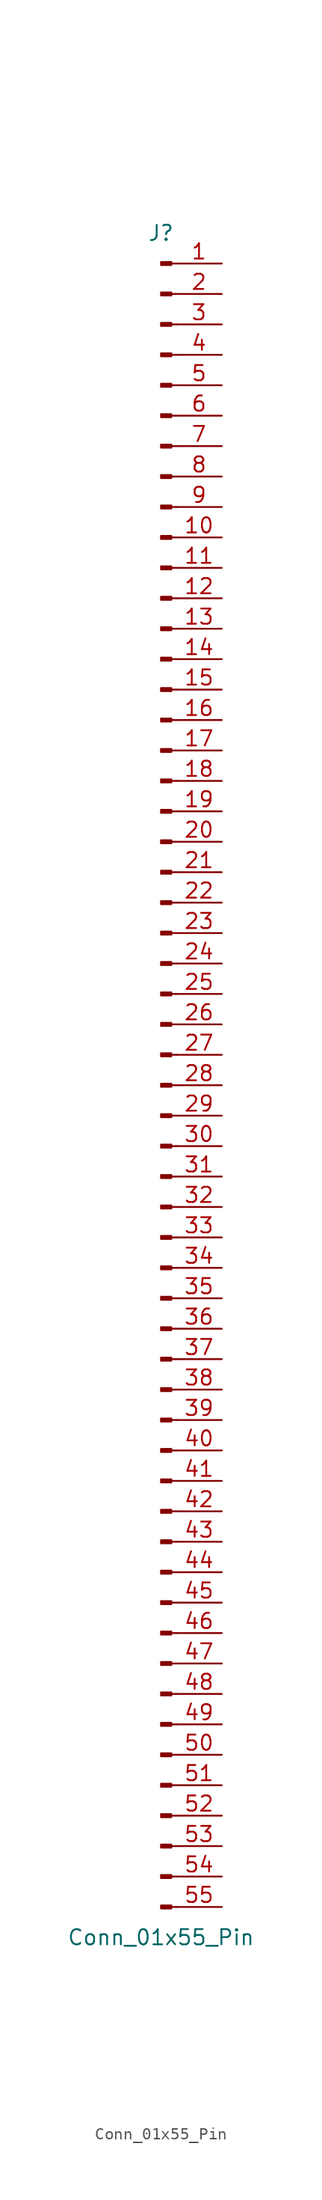
<source format=kicad_sym>
(kicad_symbol_lib
  (version 20241209)
  (generator "kicad_symbol_editor")
  (generator_version "9.0")
  (symbol "Conn_01x55_Pin"
    (pin_names
      (offset 1.016)
      (hide yes))
    (property "Reference" "J"
      (at 0 71.12 0)
      (effects (font (size 1.27 1.27))))
    (property "Value" "Conn_01x55_Pin"
      (at 0 -71.12 0)
      (effects (font (size 1.27 1.27))))
    (property "ki_locked" ""
      (at 0 0 0)
      (effects (font (size 1.27 1.27))))
    (symbol "Conn_01x55_Pin_1_1"
      (rectangle (start 0.864 68.707) (end 0 68.453) (stroke (width 0.152) (type default)) (fill (type outline)))
      (rectangle (start 0.864 66.167) (end 0 65.913) (stroke (width 0.152) (type default)) (fill (type outline)))
      (rectangle (start 0.864 63.627) (end 0 63.373) (stroke (width 0.152) (type default)) (fill (type outline)))
      (rectangle (start 0.864 61.087) (end 0 60.833) (stroke (width 0.152) (type default)) (fill (type outline)))
      (rectangle (start 0.864 58.547) (end 0 58.293) (stroke (width 0.152) (type default)) (fill (type outline)))
      (rectangle (start 0.864 56.007) (end 0 55.753) (stroke (width 0.152) (type default)) (fill (type outline)))
      (rectangle (start 0.864 53.467) (end 0 53.213) (stroke (width 0.152) (type default)) (fill (type outline)))
      (rectangle (start 0.864 50.927) (end 0 50.673) (stroke (width 0.152) (type default)) (fill (type outline)))
      (rectangle (start 0.864 48.387) (end 0 48.133) (stroke (width 0.152) (type default)) (fill (type outline)))
      (rectangle (start 0.864 45.847) (end 0 45.593) (stroke (width 0.152) (type default)) (fill (type outline)))
      (rectangle (start 0.864 43.307) (end 0 43.053) (stroke (width 0.152) (type default)) (fill (type outline)))
      (rectangle (start 0.864 40.767) (end 0 40.513) (stroke (width 0.152) (type default)) (fill (type outline)))
      (rectangle (start 0.864 38.227) (end 0 37.973) (stroke (width 0.152) (type default)) (fill (type outline)))
      (rectangle (start 0.864 35.687) (end 0 35.433) (stroke (width 0.152) (type default)) (fill (type outline)))
      (rectangle (start 0.864 33.147) (end 0 32.893) (stroke (width 0.152) (type default)) (fill (type outline)))
      (rectangle (start 0.864 30.607) (end 0 30.353) (stroke (width 0.152) (type default)) (fill (type outline)))
      (rectangle (start 0.864 28.067) (end 0 27.813) (stroke (width 0.152) (type default)) (fill (type outline)))
      (rectangle (start 0.864 25.527) (end 0 25.273) (stroke (width 0.152) (type default)) (fill (type outline)))
      (rectangle (start 0.864 22.987) (end 0 22.733) (stroke (width 0.152) (type default)) (fill (type outline)))
      (rectangle (start 0.864 20.447) (end 0 20.193) (stroke (width 0.152) (type default)) (fill (type outline)))
      (rectangle (start 0.864 17.907) (end 0 17.653) (stroke (width 0.152) (type default)) (fill (type outline)))
      (rectangle (start 0.864 15.367) (end 0 15.113) (stroke (width 0.152) (type default)) (fill (type outline)))
      (rectangle (start 0.864 12.827) (end 0 12.573) (stroke (width 0.152) (type default)) (fill (type outline)))
      (rectangle (start 0.864 10.287) (end 0 10.033) (stroke (width 0.152) (type default)) (fill (type outline)))
      (rectangle (start 0.864 7.747) (end 0 7.493) (stroke (width 0.152) (type default)) (fill (type outline)))
      (rectangle (start 0.864 5.207) (end 0 4.953) (stroke (width 0.152) (type default)) (fill (type outline)))
      (rectangle (start 0.864 2.667) (end 0 2.413) (stroke (width 0.152) (type default)) (fill (type outline)))
      (rectangle (start 0.864 0.127) (end 0 -0.127) (stroke (width 0.152) (type default)) (fill (type outline)))
      (rectangle (start 0.864 -2.413) (end 0 -2.667) (stroke (width 0.152) (type default)) (fill (type outline)))
      (rectangle (start 0.864 -4.953) (end 0 -5.207) (stroke (width 0.152) (type default)) (fill (type outline)))
      (rectangle (start 0.864 -7.493) (end 0 -7.747) (stroke (width 0.152) (type default)) (fill (type outline)))
      (rectangle (start 0.864 -10.033) (end 0 -10.287) (stroke (width 0.152) (type default)) (fill (type outline)))
      (rectangle (start 0.864 -12.573) (end 0 -12.827) (stroke (width 0.152) (type default)) (fill (type outline)))
      (rectangle (start 0.864 -15.113) (end 0 -15.367) (stroke (width 0.152) (type default)) (fill (type outline)))
      (rectangle (start 0.864 -17.653) (end 0 -17.907) (stroke (width 0.152) (type default)) (fill (type outline)))
      (rectangle (start 0.864 -20.193) (end 0 -20.447) (stroke (width 0.152) (type default)) (fill (type outline)))
      (rectangle (start 0.864 -22.733) (end 0 -22.987) (stroke (width 0.152) (type default)) (fill (type outline)))
      (rectangle (start 0.864 -25.273) (end 0 -25.527) (stroke (width 0.152) (type default)) (fill (type outline)))
      (rectangle (start 0.864 -27.813) (end 0 -28.067) (stroke (width 0.152) (type default)) (fill (type outline)))
      (rectangle (start 0.864 -30.353) (end 0 -30.607) (stroke (width 0.152) (type default)) (fill (type outline)))
      (rectangle (start 0.864 -32.893) (end 0 -33.147) (stroke (width 0.152) (type default)) (fill (type outline)))
      (rectangle (start 0.864 -35.433) (end 0 -35.687) (stroke (width 0.152) (type default)) (fill (type outline)))
      (rectangle (start 0.864 -37.973) (end 0 -38.227) (stroke (width 0.152) (type default)) (fill (type outline)))
      (rectangle (start 0.864 -40.513) (end 0 -40.767) (stroke (width 0.152) (type default)) (fill (type outline)))
      (rectangle (start 0.864 -43.053) (end 0 -43.307) (stroke (width 0.152) (type default)) (fill (type outline)))
      (rectangle (start 0.864 -45.593) (end 0 -45.847) (stroke (width 0.152) (type default)) (fill (type outline)))
      (rectangle (start 0.864 -48.133) (end 0 -48.387) (stroke (width 0.152) (type default)) (fill (type outline)))
      (rectangle (start 0.864 -50.673) (end 0 -50.927) (stroke (width 0.152) (type default)) (fill (type outline)))
      (rectangle (start 0.864 -53.213) (end 0 -53.467) (stroke (width 0.152) (type default)) (fill (type outline)))
      (rectangle (start 0.864 -55.753) (end 0 -56.007) (stroke (width 0.152) (type default)) (fill (type outline)))
      (rectangle (start 0.864 -58.293) (end 0 -58.547) (stroke (width 0.152) (type default)) (fill (type outline)))
      (rectangle (start 0.864 -60.833) (end 0 -61.087) (stroke (width 0.152) (type default)) (fill (type outline)))
      (rectangle (start 0.864 -63.373) (end 0 -63.627) (stroke (width 0.152) (type default)) (fill (type outline)))
      (rectangle (start 0.864 -65.913) (end 0 -66.167) (stroke (width 0.152) (type default)) (fill (type outline)))
      (rectangle (start 0.864 -68.453) (end 0 -68.707) (stroke (width 0.152) (type default)) (fill (type outline)))
      (polyline (pts (xy 1.27 68.58) (xy 0.864 68.58)) (stroke (width 0.152) (type default)) (fill (type none)))
      (polyline (pts (xy 1.27 66.04) (xy 0.864 66.04)) (stroke (width 0.152) (type default)) (fill (type none)))
      (polyline (pts (xy 1.27 63.5) (xy 0.864 63.5)) (stroke (width 0.152) (type default)) (fill (type none)))
      (polyline (pts (xy 1.27 60.96) (xy 0.864 60.96)) (stroke (width 0.152) (type default)) (fill (type none)))
      (polyline (pts (xy 1.27 58.42) (xy 0.864 58.42)) (stroke (width 0.152) (type default)) (fill (type none)))
      (polyline (pts (xy 1.27 55.88) (xy 0.864 55.88)) (stroke (width 0.152) (type default)) (fill (type none)))
      (polyline (pts (xy 1.27 53.34) (xy 0.864 53.34)) (stroke (width 0.152) (type default)) (fill (type none)))
      (polyline (pts (xy 1.27 50.8) (xy 0.864 50.8)) (stroke (width 0.152) (type default)) (fill (type none)))
      (polyline (pts (xy 1.27 48.26) (xy 0.864 48.26)) (stroke (width 0.152) (type default)) (fill (type none)))
      (polyline (pts (xy 1.27 45.72) (xy 0.864 45.72)) (stroke (width 0.152) (type default)) (fill (type none)))
      (polyline (pts (xy 1.27 43.18) (xy 0.864 43.18)) (stroke (width 0.152) (type default)) (fill (type none)))
      (polyline (pts (xy 1.27 40.64) (xy 0.864 40.64)) (stroke (width 0.152) (type default)) (fill (type none)))
      (polyline (pts (xy 1.27 38.1) (xy 0.864 38.1)) (stroke (width 0.152) (type default)) (fill (type none)))
      (polyline (pts (xy 1.27 35.56) (xy 0.864 35.56)) (stroke (width 0.152) (type default)) (fill (type none)))
      (polyline (pts (xy 1.27 33.02) (xy 0.864 33.02)) (stroke (width 0.152) (type default)) (fill (type none)))
      (polyline (pts (xy 1.27 30.48) (xy 0.864 30.48)) (stroke (width 0.152) (type default)) (fill (type none)))
      (polyline (pts (xy 1.27 27.94) (xy 0.864 27.94)) (stroke (width 0.152) (type default)) (fill (type none)))
      (polyline (pts (xy 1.27 25.4) (xy 0.864 25.4)) (stroke (width 0.152) (type default)) (fill (type none)))
      (polyline (pts (xy 1.27 22.86) (xy 0.864 22.86)) (stroke (width 0.152) (type default)) (fill (type none)))
      (polyline (pts (xy 1.27 20.32) (xy 0.864 20.32)) (stroke (width 0.152) (type default)) (fill (type none)))
      (polyline (pts (xy 1.27 17.78) (xy 0.864 17.78)) (stroke (width 0.152) (type default)) (fill (type none)))
      (polyline (pts (xy 1.27 15.24) (xy 0.864 15.24)) (stroke (width 0.152) (type default)) (fill (type none)))
      (polyline (pts (xy 1.27 12.7) (xy 0.864 12.7)) (stroke (width 0.152) (type default)) (fill (type none)))
      (polyline (pts (xy 1.27 10.16) (xy 0.864 10.16)) (stroke (width 0.152) (type default)) (fill (type none)))
      (polyline (pts (xy 1.27 7.62) (xy 0.864 7.62)) (stroke (width 0.152) (type default)) (fill (type none)))
      (polyline (pts (xy 1.27 5.08) (xy 0.864 5.08)) (stroke (width 0.152) (type default)) (fill (type none)))
      (polyline (pts (xy 1.27 2.54) (xy 0.864 2.54)) (stroke (width 0.152) (type default)) (fill (type none)))
      (polyline (pts (xy 1.27 0) (xy 0.864 0)) (stroke (width 0.152) (type default)) (fill (type none)))
      (polyline (pts (xy 1.27 -2.54) (xy 0.864 -2.54)) (stroke (width 0.152) (type default)) (fill (type none)))
      (polyline (pts (xy 1.27 -5.08) (xy 0.864 -5.08)) (stroke (width 0.152) (type default)) (fill (type none)))
      (polyline (pts (xy 1.27 -7.62) (xy 0.864 -7.62)) (stroke (width 0.152) (type default)) (fill (type none)))
      (polyline (pts (xy 1.27 -10.16) (xy 0.864 -10.16)) (stroke (width 0.152) (type default)) (fill (type none)))
      (polyline (pts (xy 1.27 -12.7) (xy 0.864 -12.7)) (stroke (width 0.152) (type default)) (fill (type none)))
      (polyline (pts (xy 1.27 -15.24) (xy 0.864 -15.24)) (stroke (width 0.152) (type default)) (fill (type none)))
      (polyline (pts (xy 1.27 -17.78) (xy 0.864 -17.78)) (stroke (width 0.152) (type default)) (fill (type none)))
      (polyline (pts (xy 1.27 -20.32) (xy 0.864 -20.32)) (stroke (width 0.152) (type default)) (fill (type none)))
      (polyline (pts (xy 1.27 -22.86) (xy 0.864 -22.86)) (stroke (width 0.152) (type default)) (fill (type none)))
      (polyline (pts (xy 1.27 -25.4) (xy 0.864 -25.4)) (stroke (width 0.152) (type default)) (fill (type none)))
      (polyline (pts (xy 1.27 -27.94) (xy 0.864 -27.94)) (stroke (width 0.152) (type default)) (fill (type none)))
      (polyline (pts (xy 1.27 -30.48) (xy 0.864 -30.48)) (stroke (width 0.152) (type default)) (fill (type none)))
      (polyline (pts (xy 1.27 -33.02) (xy 0.864 -33.02)) (stroke (width 0.152) (type default)) (fill (type none)))
      (polyline (pts (xy 1.27 -35.56) (xy 0.864 -35.56)) (stroke (width 0.152) (type default)) (fill (type none)))
      (polyline (pts (xy 1.27 -38.1) (xy 0.864 -38.1)) (stroke (width 0.152) (type default)) (fill (type none)))
      (polyline (pts (xy 1.27 -40.64) (xy 0.864 -40.64)) (stroke (width 0.152) (type default)) (fill (type none)))
      (polyline (pts (xy 1.27 -43.18) (xy 0.864 -43.18)) (stroke (width 0.152) (type default)) (fill (type none)))
      (polyline (pts (xy 1.27 -45.72) (xy 0.864 -45.72)) (stroke (width 0.152) (type default)) (fill (type none)))
      (polyline (pts (xy 1.27 -48.26) (xy 0.864 -48.26)) (stroke (width 0.152) (type default)) (fill (type none)))
      (polyline (pts (xy 1.27 -50.8) (xy 0.864 -50.8)) (stroke (width 0.152) (type default)) (fill (type none)))
      (polyline (pts (xy 1.27 -53.34) (xy 0.864 -53.34)) (stroke (width 0.152) (type default)) (fill (type none)))
      (polyline (pts (xy 1.27 -55.88) (xy 0.864 -55.88)) (stroke (width 0.152) (type default)) (fill (type none)))
      (polyline (pts (xy 1.27 -58.42) (xy 0.864 -58.42)) (stroke (width 0.152) (type default)) (fill (type none)))
      (polyline (pts (xy 1.27 -60.96) (xy 0.864 -60.96)) (stroke (width 0.152) (type default)) (fill (type none)))
      (polyline (pts (xy 1.27 -63.5) (xy 0.864 -63.5)) (stroke (width 0.152) (type default)) (fill (type none)))
      (polyline (pts (xy 1.27 -66.04) (xy 0.864 -66.04)) (stroke (width 0.152) (type default)) (fill (type none)))
      (polyline (pts (xy 1.27 -68.58) (xy 0.864 -68.58)) (stroke (width 0.152) (type default)) (fill (type none)))
      (pin passive line (at 5.08 68.58 180) (length 3.81) (name "Pin_1" (effects (font (size 1.27 1.27)))) (number "1" (effects (font (size 1.27 1.27)))))
      (pin passive line (at 5.08 66.04 180) (length 3.81) (name "Pin_2" (effects (font (size 1.27 1.27)))) (number "2" (effects (font (size 1.27 1.27)))))
      (pin passive line (at 5.08 63.5 180) (length 3.81) (name "Pin_3" (effects (font (size 1.27 1.27)))) (number "3" (effects (font (size 1.27 1.27)))))
      (pin passive line (at 5.08 60.96 180) (length 3.81) (name "Pin_4" (effects (font (size 1.27 1.27)))) (number "4" (effects (font (size 1.27 1.27)))))
      (pin passive line (at 5.08 58.42 180) (length 3.81) (name "Pin_5" (effects (font (size 1.27 1.27)))) (number "5" (effects (font (size 1.27 1.27)))))
      (pin passive line (at 5.08 55.88 180) (length 3.81) (name "Pin_6" (effects (font (size 1.27 1.27)))) (number "6" (effects (font (size 1.27 1.27)))))
      (pin passive line (at 5.08 53.34 180) (length 3.81) (name "Pin_7" (effects (font (size 1.27 1.27)))) (number "7" (effects (font (size 1.27 1.27)))))
      (pin passive line (at 5.08 50.8 180) (length 3.81) (name "Pin_8" (effects (font (size 1.27 1.27)))) (number "8" (effects (font (size 1.27 1.27)))))
      (pin passive line (at 5.08 48.26 180) (length 3.81) (name "Pin_9" (effects (font (size 1.27 1.27)))) (number "9" (effects (font (size 1.27 1.27)))))
      (pin passive line (at 5.08 45.72 180) (length 3.81) (name "Pin_10" (effects (font (size 1.27 1.27)))) (number "10" (effects (font (size 1.27 1.27)))))
      (pin passive line (at 5.08 43.18 180) (length 3.81) (name "Pin_11" (effects (font (size 1.27 1.27)))) (number "11" (effects (font (size 1.27 1.27)))))
      (pin passive line (at 5.08 40.64 180) (length 3.81) (name "Pin_12" (effects (font (size 1.27 1.27)))) (number "12" (effects (font (size 1.27 1.27)))))
      (pin passive line (at 5.08 38.1 180) (length 3.81) (name "Pin_13" (effects (font (size 1.27 1.27)))) (number "13" (effects (font (size 1.27 1.27)))))
      (pin passive line (at 5.08 35.56 180) (length 3.81) (name "Pin_14" (effects (font (size 1.27 1.27)))) (number "14" (effects (font (size 1.27 1.27)))))
      (pin passive line (at 5.08 33.02 180) (length 3.81) (name "Pin_15" (effects (font (size 1.27 1.27)))) (number "15" (effects (font (size 1.27 1.27)))))
      (pin passive line (at 5.08 30.48 180) (length 3.81) (name "Pin_16" (effects (font (size 1.27 1.27)))) (number "16" (effects (font (size 1.27 1.27)))))
      (pin passive line (at 5.08 27.94 180) (length 3.81) (name "Pin_17" (effects (font (size 1.27 1.27)))) (number "17" (effects (font (size 1.27 1.27)))))
      (pin passive line (at 5.08 25.4 180) (length 3.81) (name "Pin_18" (effects (font (size 1.27 1.27)))) (number "18" (effects (font (size 1.27 1.27)))))
      (pin passive line (at 5.08 22.86 180) (length 3.81) (name "Pin_19" (effects (font (size 1.27 1.27)))) (number "19" (effects (font (size 1.27 1.27)))))
      (pin passive line (at 5.08 20.32 180) (length 3.81) (name "Pin_20" (effects (font (size 1.27 1.27)))) (number "20" (effects (font (size 1.27 1.27)))))
      (pin passive line (at 5.08 17.78 180) (length 3.81) (name "Pin_21" (effects (font (size 1.27 1.27)))) (number "21" (effects (font (size 1.27 1.27)))))
      (pin passive line (at 5.08 15.24 180) (length 3.81) (name "Pin_22" (effects (font (size 1.27 1.27)))) (number "22" (effects (font (size 1.27 1.27)))))
      (pin passive line (at 5.08 12.7 180) (length 3.81) (name "Pin_23" (effects (font (size 1.27 1.27)))) (number "23" (effects (font (size 1.27 1.27)))))
      (pin passive line (at 5.08 10.16 180) (length 3.81) (name "Pin_24" (effects (font (size 1.27 1.27)))) (number "24" (effects (font (size 1.27 1.27)))))
      (pin passive line (at 5.08 7.62 180) (length 3.81) (name "Pin_25" (effects (font (size 1.27 1.27)))) (number "25" (effects (font (size 1.27 1.27)))))
      (pin passive line (at 5.08 5.08 180) (length 3.81) (name "Pin_26" (effects (font (size 1.27 1.27)))) (number "26" (effects (font (size 1.27 1.27)))))
      (pin passive line (at 5.08 2.54 180) (length 3.81) (name "Pin_27" (effects (font (size 1.27 1.27)))) (number "27" (effects (font (size 1.27 1.27)))))
      (pin passive line (at 5.08 0 180) (length 3.81) (name "Pin_28" (effects (font (size 1.27 1.27)))) (number "28" (effects (font (size 1.27 1.27)))))
      (pin passive line (at 5.08 -2.54 180) (length 3.81) (name "Pin_29" (effects (font (size 1.27 1.27)))) (number "29" (effects (font (size 1.27 1.27)))))
      (pin passive line (at 5.08 -5.08 180) (length 3.81) (name "Pin_30" (effects (font (size 1.27 1.27)))) (number "30" (effects (font (size 1.27 1.27)))))
      (pin passive line (at 5.08 -7.62 180) (length 3.81) (name "Pin_31" (effects (font (size 1.27 1.27)))) (number "31" (effects (font (size 1.27 1.27)))))
      (pin passive line (at 5.08 -10.16 180) (length 3.81) (name "Pin_32" (effects (font (size 1.27 1.27)))) (number "32" (effects (font (size 1.27 1.27)))))
      (pin passive line (at 5.08 -12.7 180) (length 3.81) (name "Pin_33" (effects (font (size 1.27 1.27)))) (number "33" (effects (font (size 1.27 1.27)))))
      (pin passive line (at 5.08 -15.24 180) (length 3.81) (name "Pin_34" (effects (font (size 1.27 1.27)))) (number "34" (effects (font (size 1.27 1.27)))))
      (pin passive line (at 5.08 -17.78 180) (length 3.81) (name "Pin_35" (effects (font (size 1.27 1.27)))) (number "35" (effects (font (size 1.27 1.27)))))
      (pin passive line (at 5.08 -20.32 180) (length 3.81) (name "Pin_36" (effects (font (size 1.27 1.27)))) (number "36" (effects (font (size 1.27 1.27)))))
      (pin passive line (at 5.08 -22.86 180) (length 3.81) (name "Pin_37" (effects (font (size 1.27 1.27)))) (number "37" (effects (font (size 1.27 1.27)))))
      (pin passive line (at 5.08 -25.4 180) (length 3.81) (name "Pin_38" (effects (font (size 1.27 1.27)))) (number "38" (effects (font (size 1.27 1.27)))))
      (pin passive line (at 5.08 -27.94 180) (length 3.81) (name "Pin_39" (effects (font (size 1.27 1.27)))) (number "39" (effects (font (size 1.27 1.27)))))
      (pin passive line (at 5.08 -30.48 180) (length 3.81) (name "Pin_40" (effects (font (size 1.27 1.27)))) (number "40" (effects (font (size 1.27 1.27)))))
      (pin passive line (at 5.08 -33.02 180) (length 3.81) (name "Pin_41" (effects (font (size 1.27 1.27)))) (number "41" (effects (font (size 1.27 1.27)))))
      (pin passive line (at 5.08 -35.56 180) (length 3.81) (name "Pin_42" (effects (font (size 1.27 1.27)))) (number "42" (effects (font (size 1.27 1.27)))))
      (pin passive line (at 5.08 -38.1 180) (length 3.81) (name "Pin_43" (effects (font (size 1.27 1.27)))) (number "43" (effects (font (size 1.27 1.27)))))
      (pin passive line (at 5.08 -40.64 180) (length 3.81) (name "Pin_44" (effects (font (size 1.27 1.27)))) (number "44" (effects (font (size 1.27 1.27)))))
      (pin passive line (at 5.08 -43.18 180) (length 3.81) (name "Pin_45" (effects (font (size 1.27 1.27)))) (number "45" (effects (font (size 1.27 1.27)))))
      (pin passive line (at 5.08 -45.72 180) (length 3.81) (name "Pin_46" (effects (font (size 1.27 1.27)))) (number "46" (effects (font (size 1.27 1.27)))))
      (pin passive line (at 5.08 -48.26 180) (length 3.81) (name "Pin_47" (effects (font (size 1.27 1.27)))) (number "47" (effects (font (size 1.27 1.27)))))
      (pin passive line (at 5.08 -50.8 180) (length 3.81) (name "Pin_48" (effects (font (size 1.27 1.27)))) (number "48" (effects (font (size 1.27 1.27)))))
      (pin passive line (at 5.08 -53.34 180) (length 3.81) (name "Pin_49" (effects (font (size 1.27 1.27)))) (number "49" (effects (font (size 1.27 1.27)))))
      (pin passive line (at 5.08 -55.88 180) (length 3.81) (name "Pin_50" (effects (font (size 1.27 1.27)))) (number "50" (effects (font (size 1.27 1.27)))))
      (pin passive line (at 5.08 -58.42 180) (length 3.81) (name "Pin_51" (effects (font (size 1.27 1.27)))) (number "51" (effects (font (size 1.27 1.27)))))
      (pin passive line (at 5.08 -60.96 180) (length 3.81) (name "Pin_52" (effects (font (size 1.27 1.27)))) (number "52" (effects (font (size 1.27 1.27)))))
      (pin passive line (at 5.08 -63.5 180) (length 3.81) (name "Pin_53" (effects (font (size 1.27 1.27)))) (number "53" (effects (font (size 1.27 1.27)))))
      (pin passive line (at 5.08 -66.04 180) (length 3.81) (name "Pin_54" (effects (font (size 1.27 1.27)))) (number "54" (effects (font (size 1.27 1.27)))))
      (pin passive line (at 5.08 -68.58 180) (length 3.81) (name "Pin_55" (effects (font (size 1.27 1.27)))) (number "55" (effects (font (size 1.27 1.27))))))))
</source>
